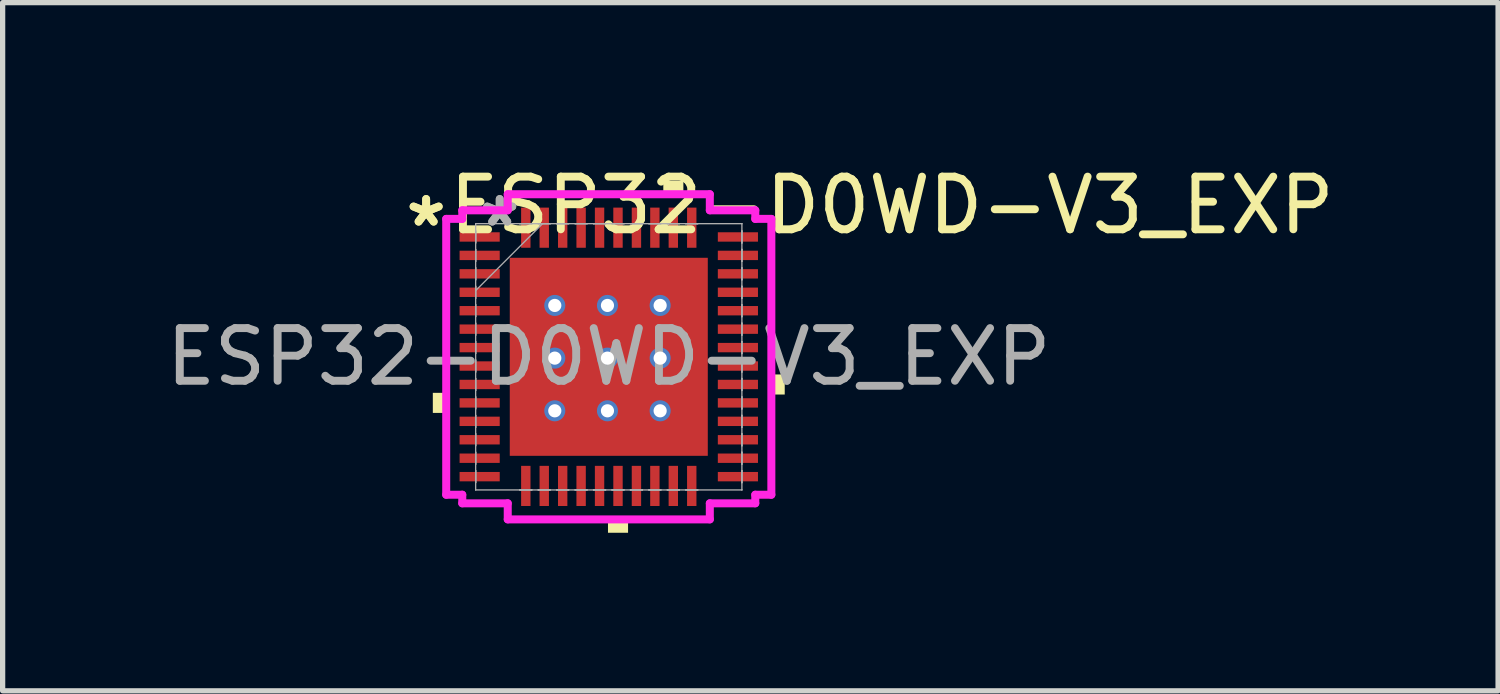
<source format=kicad_pcb>
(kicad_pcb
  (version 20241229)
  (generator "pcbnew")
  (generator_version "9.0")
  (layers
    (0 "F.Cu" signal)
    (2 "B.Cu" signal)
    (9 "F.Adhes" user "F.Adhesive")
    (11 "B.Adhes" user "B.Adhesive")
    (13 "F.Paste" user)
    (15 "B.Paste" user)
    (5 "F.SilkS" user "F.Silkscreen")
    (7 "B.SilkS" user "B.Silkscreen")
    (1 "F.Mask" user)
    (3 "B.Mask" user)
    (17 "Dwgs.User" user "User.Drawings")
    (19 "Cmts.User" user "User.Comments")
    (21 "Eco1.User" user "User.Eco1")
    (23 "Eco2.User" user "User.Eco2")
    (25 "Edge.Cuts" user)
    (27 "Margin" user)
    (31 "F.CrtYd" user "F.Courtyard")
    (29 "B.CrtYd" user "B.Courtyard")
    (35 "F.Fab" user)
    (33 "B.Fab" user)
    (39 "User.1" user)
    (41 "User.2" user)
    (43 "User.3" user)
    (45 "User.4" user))
  (footprint "ESP32-D0WD-V3_EXP"
    (layer "F.Cu")
    (at 8.506 3.723)
    (property "Reference" "ESP32-D0WD-V3_EXP" (at 5.375 -2.875 0) (unlocked yes) (layer "F.SilkS") (effects (font (size 1 1) (thickness 0.15))))
    (attr smd)
    (fp_poly (pts (xy -3.34 0.684) (xy -3.34 1.065) (xy -3.086 1.065) (xy -3.086 0.684)) (stroke (width 0) (type solid)) (fill yes) (layer "F.SilkS"))
    (fp_poly (pts (xy -0.015 3.086) (xy -0.015 3.34) (xy 0.366 3.34) (xy 0.366 3.086)) (stroke (width 0) (type solid)) (fill yes) (layer "F.SilkS"))
    (fp_poly (pts (xy 1.035 -3.086) (xy 1.035 -3.34) (xy 1.416 -3.34) (xy 1.416 -3.086)) (stroke (width 0) (type solid)) (fill yes) (layer "F.SilkS"))
    (fp_poly (pts (xy 3.34 0.335) (xy 3.34 0.716) (xy 3.086 0.716) (xy 3.086 0.335)) (stroke (width 0) (type solid)) (fill yes) (layer "F.SilkS"))
    (fp_poly (pts (xy -1.875 -1.875) (xy -1.125 -1.875) (xy -1.125 -1.125) (xy -1.875 -1.125)) (stroke (width 0) (type solid)) (fill yes) (layer "F.Paste"))
    (fp_poly (pts (xy -1.875 -0.875) (xy -1.125 -0.875) (xy -1.125 -0.125) (xy -1.875 -0.125)) (stroke (width 0) (type solid)) (fill yes) (layer "F.Paste"))
    (fp_poly (pts (xy -1.875 0.125) (xy -1.125 0.125) (xy -1.125 0.875) (xy -1.875 0.875)) (stroke (width 0) (type solid)) (fill yes) (layer "F.Paste"))
    (fp_poly (pts (xy -1.875 1.125) (xy -1.125 1.125) (xy -1.125 1.875) (xy -1.875 1.875)) (stroke (width 0) (type solid)) (fill yes) (layer "F.Paste"))
    (fp_poly (pts (xy -0.875 -1.875) (xy -0.125 -1.875) (xy -0.125 -1.125) (xy -0.875 -1.125)) (stroke (width 0) (type solid)) (fill yes) (layer "F.Paste"))
    (fp_poly (pts (xy -0.875 -0.875) (xy -0.125 -0.875) (xy -0.125 -0.125) (xy -0.875 -0.125)) (stroke (width 0) (type solid)) (fill yes) (layer "F.Paste"))
    (fp_poly (pts (xy -0.875 0.125) (xy -0.125 0.125) (xy -0.125 0.875) (xy -0.875 0.875)) (stroke (width 0) (type solid)) (fill yes) (layer "F.Paste"))
    (fp_poly (pts (xy -0.875 1.125) (xy -0.125 1.125) (xy -0.125 1.875) (xy -0.875 1.875)) (stroke (width 0) (type solid)) (fill yes) (layer "F.Paste"))
    (fp_poly (pts (xy 0.125 -1.875) (xy 0.875 -1.875) (xy 0.875 -1.125) (xy 0.125 -1.125)) (stroke (width 0) (type solid)) (fill yes) (layer "F.Paste"))
    (fp_poly (pts (xy 0.125 -0.875) (xy 0.875 -0.875) (xy 0.875 -0.125) (xy 0.125 -0.125)) (stroke (width 0) (type solid)) (fill yes) (layer "F.Paste"))
    (fp_poly (pts (xy 0.125 0.125) (xy 0.875 0.125) (xy 0.875 0.875) (xy 0.125 0.875)) (stroke (width 0) (type solid)) (fill yes) (layer "F.Paste"))
    (fp_poly (pts (xy 0.125 1.125) (xy 0.875 1.125) (xy 0.875 1.875) (xy 0.125 1.875)) (stroke (width 0) (type solid)) (fill yes) (layer "F.Paste"))
    (fp_poly (pts (xy 1.125 -1.875) (xy 1.875 -1.875) (xy 1.875 -1.125) (xy 1.125 -1.125)) (stroke (width 0) (type solid)) (fill yes) (layer "F.Paste"))
    (fp_poly (pts (xy 1.125 -0.875) (xy 1.875 -0.875) (xy 1.875 -0.125) (xy 1.125 -0.125)) (stroke (width 0) (type solid)) (fill yes) (layer "F.Paste"))
    (fp_poly (pts (xy 1.125 0.125) (xy 1.875 0.125) (xy 1.875 0.875) (xy 1.125 0.875)) (stroke (width 0) (type solid)) (fill yes) (layer "F.Paste"))
    (fp_poly (pts (xy 1.125 1.125) (xy 1.875 1.125) (xy 1.875 1.875) (xy 1.125 1.875)) (stroke (width 0) (type solid)) (fill yes) (layer "F.Paste"))
    (fp_line (start -3.086 -2.618) (end -2.781 -2.618) (stroke (width 0.152) (type solid)) (layer "F.CrtYd"))
    (fp_line (start -3.086 2.618) (end -3.086 -2.618) (stroke (width 0.152) (type solid)) (layer "F.CrtYd"))
    (fp_line (start -2.781 -2.781) (end -1.918 -2.781) (stroke (width 0.152) (type solid)) (layer "F.CrtYd"))
    (fp_line (start -2.781 -2.618) (end -2.781 -2.781) (stroke (width 0.152) (type solid)) (layer "F.CrtYd"))
    (fp_line (start -2.781 2.618) (end -3.086 2.618) (stroke (width 0.152) (type solid)) (layer "F.CrtYd"))
    (fp_line (start -2.781 2.781) (end -2.781 2.618) (stroke (width 0.152) (type solid)) (layer "F.CrtYd"))
    (fp_line (start -1.918 -3.086) (end 1.918 -3.086) (stroke (width 0.152) (type solid)) (layer "F.CrtYd"))
    (fp_line (start -1.918 -2.781) (end -1.918 -3.086) (stroke (width 0.152) (type solid)) (layer "F.CrtYd"))
    (fp_line (start -1.918 2.781) (end -2.781 2.781) (stroke (width 0.152) (type solid)) (layer "F.CrtYd"))
    (fp_line (start -1.918 3.086) (end -1.918 2.781) (stroke (width 0.152) (type solid)) (layer "F.CrtYd"))
    (fp_line (start 1.918 -3.086) (end 1.918 -2.781) (stroke (width 0.152) (type solid)) (layer "F.CrtYd"))
    (fp_line (start 1.918 -2.781) (end 2.781 -2.781) (stroke (width 0.152) (type solid)) (layer "F.CrtYd"))
    (fp_line (start 1.918 2.781) (end 1.918 3.086) (stroke (width 0.152) (type solid)) (layer "F.CrtYd"))
    (fp_line (start 1.918 3.086) (end -1.918 3.086) (stroke (width 0.152) (type solid)) (layer "F.CrtYd"))
    (fp_line (start 2.781 -2.781) (end 2.781 -2.618) (stroke (width 0.152) (type solid)) (layer "F.CrtYd"))
    (fp_line (start 2.781 -2.618) (end 3.086 -2.618) (stroke (width 0.152) (type solid)) (layer "F.CrtYd"))
    (fp_line (start 2.781 2.618) (end 2.781 2.781) (stroke (width 0.152) (type solid)) (layer "F.CrtYd"))
    (fp_line (start 2.781 2.781) (end 1.918 2.781) (stroke (width 0.152) (type solid)) (layer "F.CrtYd"))
    (fp_line (start 3.086 -2.618) (end 3.086 2.618) (stroke (width 0.152) (type solid)) (layer "F.CrtYd"))
    (fp_line (start 3.086 2.618) (end 2.781 2.618) (stroke (width 0.152) (type solid)) (layer "F.CrtYd"))
    (fp_line (start -2.527 -2.527) (end -2.527 -2.527) (stroke (width 0.025) (type solid)) (layer "F.Fab"))
    (fp_line (start -2.527 -2.527) (end -2.527 2.527) (stroke (width 0.025) (type solid)) (layer "F.Fab"))
    (fp_line (start -2.527 -2.389) (end -2.527 -2.389) (stroke (width 0.025) (type solid)) (layer "F.Fab"))
    (fp_line (start -2.527 -2.389) (end -2.527 -2.161) (stroke (width 0.025) (type solid)) (layer "F.Fab"))
    (fp_line (start -2.527 -2.161) (end -2.527 -2.389) (stroke (width 0.025) (type solid)) (layer "F.Fab"))
    (fp_line (start -2.527 -2.161) (end -2.527 -2.161) (stroke (width 0.025) (type solid)) (layer "F.Fab"))
    (fp_line (start -2.527 -2.039) (end -2.527 -2.039) (stroke (width 0.025) (type solid)) (layer "F.Fab"))
    (fp_line (start -2.527 -2.039) (end -2.527 -1.811) (stroke (width 0.025) (type solid)) (layer "F.Fab"))
    (fp_line (start -2.527 -1.811) (end -2.527 -2.039) (stroke (width 0.025) (type solid)) (layer "F.Fab"))
    (fp_line (start -2.527 -1.811) (end -2.527 -1.811) (stroke (width 0.025) (type solid)) (layer "F.Fab"))
    (fp_line (start -2.527 -1.689) (end -2.527 -1.689) (stroke (width 0.025) (type solid)) (layer "F.Fab"))
    (fp_line (start -2.527 -1.689) (end -2.527 -1.461) (stroke (width 0.025) (type solid)) (layer "F.Fab"))
    (fp_line (start -2.527 -1.461) (end -2.527 -1.689) (stroke (width 0.025) (type solid)) (layer "F.Fab"))
    (fp_line (start -2.527 -1.461) (end -2.527 -1.461) (stroke (width 0.025) (type solid)) (layer "F.Fab"))
    (fp_line (start -2.527 -1.339) (end -2.527 -1.339) (stroke (width 0.025) (type solid)) (layer "F.Fab"))
    (fp_line (start -2.527 -1.339) (end -2.527 -1.111) (stroke (width 0.025) (type solid)) (layer "F.Fab"))
    (fp_line (start -2.527 -1.257) (end -1.257 -2.527) (stroke (width 0.025) (type solid)) (layer "F.Fab"))
    (fp_line (start -2.527 -1.111) (end -2.527 -1.339) (stroke (width 0.025) (type solid)) (layer "F.Fab"))
    (fp_line (start -2.527 -1.111) (end -2.527 -1.111) (stroke (width 0.025) (type solid)) (layer "F.Fab"))
    (fp_line (start -2.527 -0.989) (end -2.527 -0.989) (stroke (width 0.025) (type solid)) (layer "F.Fab"))
    (fp_line (start -2.527 -0.989) (end -2.527 -0.761) (stroke (width 0.025) (type solid)) (layer "F.Fab"))
    (fp_line (start -2.527 -0.761) (end -2.527 -0.989) (stroke (width 0.025) (type solid)) (layer "F.Fab"))
    (fp_line (start -2.527 -0.761) (end -2.527 -0.761) (stroke (width 0.025) (type solid)) (layer "F.Fab"))
    (fp_line (start -2.527 -0.639) (end -2.527 -0.639) (stroke (width 0.025) (type solid)) (layer "F.Fab"))
    (fp_line (start -2.527 -0.639) (end -2.527 -0.411) (stroke (width 0.025) (type solid)) (layer "F.Fab"))
    (fp_line (start -2.527 -0.411) (end -2.527 -0.639) (stroke (width 0.025) (type solid)) (layer "F.Fab"))
    (fp_line (start -2.527 -0.411) (end -2.527 -0.411) (stroke (width 0.025) (type solid)) (layer "F.Fab"))
    (fp_line (start -2.527 -0.289) (end -2.527 -0.289) (stroke (width 0.025) (type solid)) (layer "F.Fab"))
    (fp_line (start -2.527 -0.289) (end -2.527 -0.061) (stroke (width 0.025) (type solid)) (layer "F.Fab"))
    (fp_line (start -2.527 -0.061) (end -2.527 -0.289) (stroke (width 0.025) (type solid)) (layer "F.Fab"))
    (fp_line (start -2.527 -0.061) (end -2.527 -0.061) (stroke (width 0.025) (type solid)) (layer "F.Fab"))
    (fp_line (start -2.527 0.061) (end -2.527 0.061) (stroke (width 0.025) (type solid)) (layer "F.Fab"))
    (fp_line (start -2.527 0.061) (end -2.527 0.289) (stroke (width 0.025) (type solid)) (layer "F.Fab"))
    (fp_line (start -2.527 0.289) (end -2.527 0.061) (stroke (width 0.025) (type solid)) (layer "F.Fab"))
    (fp_line (start -2.527 0.289) (end -2.527 0.289) (stroke (width 0.025) (type solid)) (layer "F.Fab"))
    (fp_line (start -2.527 0.411) (end -2.527 0.411) (stroke (width 0.025) (type solid)) (layer "F.Fab"))
    (fp_line (start -2.527 0.411) (end -2.527 0.639) (stroke (width 0.025) (type solid)) (layer "F.Fab"))
    (fp_line (start -2.527 0.639) (end -2.527 0.411) (stroke (width 0.025) (type solid)) (layer "F.Fab"))
    (fp_line (start -2.527 0.639) (end -2.527 0.639) (stroke (width 0.025) (type solid)) (layer "F.Fab"))
    (fp_line (start -2.527 0.761) (end -2.527 0.761) (stroke (width 0.025) (type solid)) (layer "F.Fab"))
    (fp_line (start -2.527 0.761) (end -2.527 0.989) (stroke (width 0.025) (type solid)) (layer "F.Fab"))
    (fp_line (start -2.527 0.989) (end -2.527 0.761) (stroke (width 0.025) (type solid)) (layer "F.Fab"))
    (fp_line (start -2.527 0.989) (end -2.527 0.989) (stroke (width 0.025) (type solid)) (layer "F.Fab"))
    (fp_line (start -2.527 1.111) (end -2.527 1.111) (stroke (width 0.025) (type solid)) (layer "F.Fab"))
    (fp_line (start -2.527 1.111) (end -2.527 1.339) (stroke (width 0.025) (type solid)) (layer "F.Fab"))
    (fp_line (start -2.527 1.339) (end -2.527 1.111) (stroke (width 0.025) (type solid)) (layer "F.Fab"))
    (fp_line (start -2.527 1.339) (end -2.527 1.339) (stroke (width 0.025) (type solid)) (layer "F.Fab"))
    (fp_line (start -2.527 1.461) (end -2.527 1.461) (stroke (width 0.025) (type solid)) (layer "F.Fab"))
    (fp_line (start -2.527 1.461) (end -2.527 1.689) (stroke (width 0.025) (type solid)) (layer "F.Fab"))
    (fp_line (start -2.527 1.689) (end -2.527 1.461) (stroke (width 0.025) (type solid)) (layer "F.Fab"))
    (fp_line (start -2.527 1.689) (end -2.527 1.689) (stroke (width 0.025) (type solid)) (layer "F.Fab"))
    (fp_line (start -2.527 1.811) (end -2.527 1.811) (stroke (width 0.025) (type solid)) (layer "F.Fab"))
    (fp_line (start -2.527 1.811) (end -2.527 2.039) (stroke (width 0.025) (type solid)) (layer "F.Fab"))
    (fp_line (start -2.527 2.039) (end -2.527 1.811) (stroke (width 0.025) (type solid)) (layer "F.Fab"))
    (fp_line (start -2.527 2.039) (end -2.527 2.039) (stroke (width 0.025) (type solid)) (layer "F.Fab"))
    (fp_line (start -2.527 2.161) (end -2.527 2.161) (stroke (width 0.025) (type solid)) (layer "F.Fab"))
    (fp_line (start -2.527 2.161) (end -2.527 2.389) (stroke (width 0.025) (type solid)) (layer "F.Fab"))
    (fp_line (start -2.527 2.389) (end -2.527 2.161) (stroke (width 0.025) (type solid)) (layer "F.Fab"))
    (fp_line (start -2.527 2.389) (end -2.527 2.389) (stroke (width 0.025) (type solid)) (layer "F.Fab"))
    (fp_line (start -2.527 2.527) (end -2.527 2.527) (stroke (width 0.025) (type solid)) (layer "F.Fab"))
    (fp_line (start -2.527 2.527) (end 2.527 2.527) (stroke (width 0.025) (type solid)) (layer "F.Fab"))
    (fp_line (start -1.689 -2.527) (end -1.689 -2.527) (stroke (width 0.025) (type solid)) (layer "F.Fab"))
    (fp_line (start -1.689 -2.527) (end -1.461 -2.527) (stroke (width 0.025) (type solid)) (layer "F.Fab"))
    (fp_line (start -1.689 2.527) (end -1.689 2.527) (stroke (width 0.025) (type solid)) (layer "F.Fab"))
    (fp_line (start -1.689 2.527) (end -1.461 2.527) (stroke (width 0.025) (type solid)) (layer "F.Fab"))
    (fp_line (start -1.461 -2.527) (end -1.689 -2.527) (stroke (width 0.025) (type solid)) (layer "F.Fab"))
    (fp_line (start -1.461 -2.527) (end -1.461 -2.527) (stroke (width 0.025) (type solid)) (layer "F.Fab"))
    (fp_line (start -1.461 2.527) (end -1.689 2.527) (stroke (width 0.025) (type solid)) (layer "F.Fab"))
    (fp_line (start -1.461 2.527) (end -1.461 2.527) (stroke (width 0.025) (type solid)) (layer "F.Fab"))
    (fp_line (start -1.339 -2.527) (end -1.339 -2.527) (stroke (width 0.025) (type solid)) (layer "F.Fab"))
    (fp_line (start -1.339 -2.527) (end -1.111 -2.527) (stroke (width 0.025) (type solid)) (layer "F.Fab"))
    (fp_line (start -1.339 2.527) (end -1.339 2.527) (stroke (width 0.025) (type solid)) (layer "F.Fab"))
    (fp_line (start -1.339 2.527) (end -1.111 2.527) (stroke (width 0.025) (type solid)) (layer "F.Fab"))
    (fp_line (start -1.111 -2.527) (end -1.339 -2.527) (stroke (width 0.025) (type solid)) (layer "F.Fab"))
    (fp_line (start -1.111 -2.527) (end -1.111 -2.527) (stroke (width 0.025) (type solid)) (layer "F.Fab"))
    (fp_line (start -1.111 2.527) (end -1.339 2.527) (stroke (width 0.025) (type solid)) (layer "F.Fab"))
    (fp_line (start -1.111 2.527) (end -1.111 2.527) (stroke (width 0.025) (type solid)) (layer "F.Fab"))
    (fp_line (start -0.989 -2.527) (end -0.989 -2.527) (stroke (width 0.025) (type solid)) (layer "F.Fab"))
    (fp_line (start -0.989 -2.527) (end -0.761 -2.527) (stroke (width 0.025) (type solid)) (layer "F.Fab"))
    (fp_line (start -0.989 2.527) (end -0.989 2.527) (stroke (width 0.025) (type solid)) (layer "F.Fab"))
    (fp_line (start -0.989 2.527) (end -0.761 2.527) (stroke (width 0.025) (type solid)) (layer "F.Fab"))
    (fp_line (start -0.761 -2.527) (end -0.989 -2.527) (stroke (width 0.025) (type solid)) (layer "F.Fab"))
    (fp_line (start -0.761 -2.527) (end -0.761 -2.527) (stroke (width 0.025) (type solid)) (layer "F.Fab"))
    (fp_line (start -0.761 2.527) (end -0.989 2.527) (stroke (width 0.025) (type solid)) (layer "F.Fab"))
    (fp_line (start -0.761 2.527) (end -0.761 2.527) (stroke (width 0.025) (type solid)) (layer "F.Fab"))
    (fp_line (start -0.639 -2.527) (end -0.639 -2.527) (stroke (width 0.025) (type solid)) (layer "F.Fab"))
    (fp_line (start -0.639 -2.527) (end -0.411 -2.527) (stroke (width 0.025) (type solid)) (layer "F.Fab"))
    (fp_line (start -0.639 2.527) (end -0.639 2.527) (stroke (width 0.025) (type solid)) (layer "F.Fab"))
    (fp_line (start -0.639 2.527) (end -0.411 2.527) (stroke (width 0.025) (type solid)) (layer "F.Fab"))
    (fp_line (start -0.411 -2.527) (end -0.639 -2.527) (stroke (width 0.025) (type solid)) (layer "F.Fab"))
    (fp_line (start -0.411 -2.527) (end -0.411 -2.527) (stroke (width 0.025) (type solid)) (layer "F.Fab"))
    (fp_line (start -0.411 2.527) (end -0.639 2.527) (stroke (width 0.025) (type solid)) (layer "F.Fab"))
    (fp_line (start -0.411 2.527) (end -0.411 2.527) (stroke (width 0.025) (type solid)) (layer "F.Fab"))
    (fp_line (start -0.289 -2.527) (end -0.289 -2.527) (stroke (width 0.025) (type solid)) (layer "F.Fab"))
    (fp_line (start -0.289 -2.527) (end -0.061 -2.527) (stroke (width 0.025) (type solid)) (layer "F.Fab"))
    (fp_line (start -0.289 2.527) (end -0.289 2.527) (stroke (width 0.025) (type solid)) (layer "F.Fab"))
    (fp_line (start -0.289 2.527) (end -0.061 2.527) (stroke (width 0.025) (type solid)) (layer "F.Fab"))
    (fp_line (start -0.061 -2.527) (end -0.289 -2.527) (stroke (width 0.025) (type solid)) (layer "F.Fab"))
    (fp_line (start -0.061 -2.527) (end -0.061 -2.527) (stroke (width 0.025) (type solid)) (layer "F.Fab"))
    (fp_line (start -0.061 2.527) (end -0.289 2.527) (stroke (width 0.025) (type solid)) (layer "F.Fab"))
    (fp_line (start -0.061 2.527) (end -0.061 2.527) (stroke (width 0.025) (type solid)) (layer "F.Fab"))
    (fp_line (start 0.061 -2.527) (end 0.061 -2.527) (stroke (width 0.025) (type solid)) (layer "F.Fab"))
    (fp_line (start 0.061 -2.527) (end 0.289 -2.527) (stroke (width 0.025) (type solid)) (layer "F.Fab"))
    (fp_line (start 0.061 2.527) (end 0.061 2.527) (stroke (width 0.025) (type solid)) (layer "F.Fab"))
    (fp_line (start 0.061 2.527) (end 0.289 2.527) (stroke (width 0.025) (type solid)) (layer "F.Fab"))
    (fp_line (start 0.289 -2.527) (end 0.061 -2.527) (stroke (width 0.025) (type solid)) (layer "F.Fab"))
    (fp_line (start 0.289 -2.527) (end 0.289 -2.527) (stroke (width 0.025) (type solid)) (layer "F.Fab"))
    (fp_line (start 0.289 2.527) (end 0.061 2.527) (stroke (width 0.025) (type solid)) (layer "F.Fab"))
    (fp_line (start 0.289 2.527) (end 0.289 2.527) (stroke (width 0.025) (type solid)) (layer "F.Fab"))
    (fp_line (start 0.411 -2.527) (end 0.411 -2.527) (stroke (width 0.025) (type solid)) (layer "F.Fab"))
    (fp_line (start 0.411 -2.527) (end 0.639 -2.527) (stroke (width 0.025) (type solid)) (layer "F.Fab"))
    (fp_line (start 0.411 2.527) (end 0.411 2.527) (stroke (width 0.025) (type solid)) (layer "F.Fab"))
    (fp_line (start 0.411 2.527) (end 0.639 2.527) (stroke (width 0.025) (type solid)) (layer "F.Fab"))
    (fp_line (start 0.639 -2.527) (end 0.411 -2.527) (stroke (width 0.025) (type solid)) (layer "F.Fab"))
    (fp_line (start 0.639 -2.527) (end 0.639 -2.527) (stroke (width 0.025) (type solid)) (layer "F.Fab"))
    (fp_line (start 0.639 2.527) (end 0.411 2.527) (stroke (width 0.025) (type solid)) (layer "F.Fab"))
    (fp_line (start 0.639 2.527) (end 0.639 2.527) (stroke (width 0.025) (type solid)) (layer "F.Fab"))
    (fp_line (start 0.761 -2.527) (end 0.761 -2.527) (stroke (width 0.025) (type solid)) (layer "F.Fab"))
    (fp_line (start 0.761 -2.527) (end 0.989 -2.527) (stroke (width 0.025) (type solid)) (layer "F.Fab"))
    (fp_line (start 0.761 2.527) (end 0.761 2.527) (stroke (width 0.025) (type solid)) (layer "F.Fab"))
    (fp_line (start 0.761 2.527) (end 0.989 2.527) (stroke (width 0.025) (type solid)) (layer "F.Fab"))
    (fp_line (start 0.989 -2.527) (end 0.761 -2.527) (stroke (width 0.025) (type solid)) (layer "F.Fab"))
    (fp_line (start 0.989 -2.527) (end 0.989 -2.527) (stroke (width 0.025) (type solid)) (layer "F.Fab"))
    (fp_line (start 0.989 2.527) (end 0.761 2.527) (stroke (width 0.025) (type solid)) (layer "F.Fab"))
    (fp_line (start 0.989 2.527) (end 0.989 2.527) (stroke (width 0.025) (type solid)) (layer "F.Fab"))
    (fp_line (start 1.111 -2.527) (end 1.111 -2.527) (stroke (width 0.025) (type solid)) (layer "F.Fab"))
    (fp_line (start 1.111 -2.527) (end 1.339 -2.527) (stroke (width 0.025) (type solid)) (layer "F.Fab"))
    (fp_line (start 1.111 2.527) (end 1.111 2.527) (stroke (width 0.025) (type solid)) (layer "F.Fab"))
    (fp_line (start 1.111 2.527) (end 1.339 2.527) (stroke (width 0.025) (type solid)) (layer "F.Fab"))
    (fp_line (start 1.339 -2.527) (end 1.111 -2.527) (stroke (width 0.025) (type solid)) (layer "F.Fab"))
    (fp_line (start 1.339 -2.527) (end 1.339 -2.527) (stroke (width 0.025) (type solid)) (layer "F.Fab"))
    (fp_line (start 1.339 2.527) (end 1.111 2.527) (stroke (width 0.025) (type solid)) (layer "F.Fab"))
    (fp_line (start 1.339 2.527) (end 1.339 2.527) (stroke (width 0.025) (type solid)) (layer "F.Fab"))
    (fp_line (start 1.461 -2.527) (end 1.461 -2.527) (stroke (width 0.025) (type solid)) (layer "F.Fab"))
    (fp_line (start 1.461 -2.527) (end 1.689 -2.527) (stroke (width 0.025) (type solid)) (layer "F.Fab"))
    (fp_line (start 1.461 2.527) (end 1.461 2.527) (stroke (width 0.025) (type solid)) (layer "F.Fab"))
    (fp_line (start 1.461 2.527) (end 1.689 2.527) (stroke (width 0.025) (type solid)) (layer "F.Fab"))
    (fp_line (start 1.689 -2.527) (end 1.461 -2.527) (stroke (width 0.025) (type solid)) (layer "F.Fab"))
    (fp_line (start 1.689 -2.527) (end 1.689 -2.527) (stroke (width 0.025) (type solid)) (layer "F.Fab"))
    (fp_line (start 1.689 2.527) (end 1.461 2.527) (stroke (width 0.025) (type solid)) (layer "F.Fab"))
    (fp_line (start 1.689 2.527) (end 1.689 2.527) (stroke (width 0.025) (type solid)) (layer "F.Fab"))
    (fp_line (start 2.527 -2.527) (end -2.527 -2.527) (stroke (width 0.025) (type solid)) (layer "F.Fab"))
    (fp_line (start 2.527 -2.527) (end 2.527 -2.527) (stroke (width 0.025) (type solid)) (layer "F.Fab"))
    (fp_line (start 2.527 -2.389) (end 2.527 -2.389) (stroke (width 0.025) (type solid)) (layer "F.Fab"))
    (fp_line (start 2.527 -2.389) (end 2.527 -2.161) (stroke (width 0.025) (type solid)) (layer "F.Fab"))
    (fp_line (start 2.527 -2.161) (end 2.527 -2.389) (stroke (width 0.025) (type solid)) (layer "F.Fab"))
    (fp_line (start 2.527 -2.161) (end 2.527 -2.161) (stroke (width 0.025) (type solid)) (layer "F.Fab"))
    (fp_line (start 2.527 -2.039) (end 2.527 -2.039) (stroke (width 0.025) (type solid)) (layer "F.Fab"))
    (fp_line (start 2.527 -2.039) (end 2.527 -1.811) (stroke (width 0.025) (type solid)) (layer "F.Fab"))
    (fp_line (start 2.527 -1.811) (end 2.527 -2.039) (stroke (width 0.025) (type solid)) (layer "F.Fab"))
    (fp_line (start 2.527 -1.811) (end 2.527 -1.811) (stroke (width 0.025) (type solid)) (layer "F.Fab"))
    (fp_line (start 2.527 -1.689) (end 2.527 -1.689) (stroke (width 0.025) (type solid)) (layer "F.Fab"))
    (fp_line (start 2.527 -1.689) (end 2.527 -1.461) (stroke (width 0.025) (type solid)) (layer "F.Fab"))
    (fp_line (start 2.527 -1.461) (end 2.527 -1.689) (stroke (width 0.025) (type solid)) (layer "F.Fab"))
    (fp_line (start 2.527 -1.461) (end 2.527 -1.461) (stroke (width 0.025) (type solid)) (layer "F.Fab"))
    (fp_line (start 2.527 -1.339) (end 2.527 -1.339) (stroke (width 0.025) (type solid)) (layer "F.Fab"))
    (fp_line (start 2.527 -1.339) (end 2.527 -1.111) (stroke (width 0.025) (type solid)) (layer "F.Fab"))
    (fp_line (start 2.527 -1.111) (end 2.527 -1.339) (stroke (width 0.025) (type solid)) (layer "F.Fab"))
    (fp_line (start 2.527 -1.111) (end 2.527 -1.111) (stroke (width 0.025) (type solid)) (layer "F.Fab"))
    (fp_line (start 2.527 -0.989) (end 2.527 -0.989) (stroke (width 0.025) (type solid)) (layer "F.Fab"))
    (fp_line (start 2.527 -0.989) (end 2.527 -0.761) (stroke (width 0.025) (type solid)) (layer "F.Fab"))
    (fp_line (start 2.527 -0.761) (end 2.527 -0.989) (stroke (width 0.025) (type solid)) (layer "F.Fab"))
    (fp_line (start 2.527 -0.761) (end 2.527 -0.761) (stroke (width 0.025) (type solid)) (layer "F.Fab"))
    (fp_line (start 2.527 -0.639) (end 2.527 -0.639) (stroke (width 0.025) (type solid)) (layer "F.Fab"))
    (fp_line (start 2.527 -0.639) (end 2.527 -0.411) (stroke (width 0.025) (type solid)) (layer "F.Fab"))
    (fp_line (start 2.527 -0.411) (end 2.527 -0.639) (stroke (width 0.025) (type solid)) (layer "F.Fab"))
    (fp_line (start 2.527 -0.411) (end 2.527 -0.411) (stroke (width 0.025) (type solid)) (layer "F.Fab"))
    (fp_line (start 2.527 -0.289) (end 2.527 -0.289) (stroke (width 0.025) (type solid)) (layer "F.Fab"))
    (fp_line (start 2.527 -0.289) (end 2.527 -0.061) (stroke (width 0.025) (type solid)) (layer "F.Fab"))
    (fp_line (start 2.527 -0.061) (end 2.527 -0.289) (stroke (width 0.025) (type solid)) (layer "F.Fab"))
    (fp_line (start 2.527 -0.061) (end 2.527 -0.061) (stroke (width 0.025) (type solid)) (layer "F.Fab"))
    (fp_line (start 2.527 0.061) (end 2.527 0.061) (stroke (width 0.025) (type solid)) (layer "F.Fab"))
    (fp_line (start 2.527 0.061) (end 2.527 0.289) (stroke (width 0.025) (type solid)) (layer "F.Fab"))
    (fp_line (start 2.527 0.289) (end 2.527 0.061) (stroke (width 0.025) (type solid)) (layer "F.Fab"))
    (fp_line (start 2.527 0.289) (end 2.527 0.289) (stroke (width 0.025) (type solid)) (layer "F.Fab"))
    (fp_line (start 2.527 0.411) (end 2.527 0.411) (stroke (width 0.025) (type solid)) (layer "F.Fab"))
    (fp_line (start 2.527 0.411) (end 2.527 0.639) (stroke (width 0.025) (type solid)) (layer "F.Fab"))
    (fp_line (start 2.527 0.639) (end 2.527 0.411) (stroke (width 0.025) (type solid)) (layer "F.Fab"))
    (fp_line (start 2.527 0.639) (end 2.527 0.639) (stroke (width 0.025) (type solid)) (layer "F.Fab"))
    (fp_line (start 2.527 0.761) (end 2.527 0.761) (stroke (width 0.025) (type solid)) (layer "F.Fab"))
    (fp_line (start 2.527 0.761) (end 2.527 0.989) (stroke (width 0.025) (type solid)) (layer "F.Fab"))
    (fp_line (start 2.527 0.989) (end 2.527 0.761) (stroke (width 0.025) (type solid)) (layer "F.Fab"))
    (fp_line (start 2.527 0.989) (end 2.527 0.989) (stroke (width 0.025) (type solid)) (layer "F.Fab"))
    (fp_line (start 2.527 1.111) (end 2.527 1.111) (stroke (width 0.025) (type solid)) (layer "F.Fab"))
    (fp_line (start 2.527 1.111) (end 2.527 1.339) (stroke (width 0.025) (type solid)) (layer "F.Fab"))
    (fp_line (start 2.527 1.339) (end 2.527 1.111) (stroke (width 0.025) (type solid)) (layer "F.Fab"))
    (fp_line (start 2.527 1.339) (end 2.527 1.339) (stroke (width 0.025) (type solid)) (layer "F.Fab"))
    (fp_line (start 2.527 1.461) (end 2.527 1.461) (stroke (width 0.025) (type solid)) (layer "F.Fab"))
    (fp_line (start 2.527 1.461) (end 2.527 1.689) (stroke (width 0.025) (type solid)) (layer "F.Fab"))
    (fp_line (start 2.527 1.689) (end 2.527 1.461) (stroke (width 0.025) (type solid)) (layer "F.Fab"))
    (fp_line (start 2.527 1.689) (end 2.527 1.689) (stroke (width 0.025) (type solid)) (layer "F.Fab"))
    (fp_line (start 2.527 1.811) (end 2.527 1.811) (stroke (width 0.025) (type solid)) (layer "F.Fab"))
    (fp_line (start 2.527 1.811) (end 2.527 2.039) (stroke (width 0.025) (type solid)) (layer "F.Fab"))
    (fp_line (start 2.527 2.039) (end 2.527 1.811) (stroke (width 0.025) (type solid)) (layer "F.Fab"))
    (fp_line (start 2.527 2.039) (end 2.527 2.039) (stroke (width 0.025) (type solid)) (layer "F.Fab"))
    (fp_line (start 2.527 2.161) (end 2.527 2.161) (stroke (width 0.025) (type solid)) (layer "F.Fab"))
    (fp_line (start 2.527 2.161) (end 2.527 2.389) (stroke (width 0.025) (type solid)) (layer "F.Fab"))
    (fp_line (start 2.527 2.389) (end 2.527 2.161) (stroke (width 0.025) (type solid)) (layer "F.Fab"))
    (fp_line (start 2.527 2.389) (end 2.527 2.389) (stroke (width 0.025) (type solid)) (layer "F.Fab"))
    (fp_line (start 2.527 2.527) (end 2.527 -2.527) (stroke (width 0.025) (type solid)) (layer "F.Fab"))
    (fp_line (start 2.527 2.527) (end 2.527 2.527) (stroke (width 0.025) (type solid)) (layer "F.Fab"))
    (fp_text user "*" (at -3.467 -2.45 0) (unlocked yes) (layer "F.SilkS") (effects (font (size 1 1) (thickness 0.15))))
    (fp_text user "*" (at -3.467 -2.45 0) (layer "F.SilkS") (effects (font (size 1 1) (thickness 0.15))))
    (fp_text user "${REFERENCE}" (at 0 0 0) (unlocked yes) (layer "F.Fab") (effects (font (size 1 1) (thickness 0.15))))
    (fp_text user "*" (at -2.07 -2.45 0) (layer "F.Fab") (effects (font (size 1 1) (thickness 0.15))))
    (fp_text user "*" (at -2.07 -2.45 0) (unlocked yes) (layer "F.Fab") (effects (font (size 1 1) (thickness 0.15))))
    (pad "1" smd rect (at -2.451 -2.275 90) (size 0.178 0.762) (layers "F.Cu" "F.Mask" "F.Paste"))
    (pad "2" smd rect (at -2.451 -1.925 90) (size 0.178 0.762) (layers "F.Cu" "F.Mask" "F.Paste"))
    (pad "3" smd rect (at -2.451 -1.575 90) (size 0.178 0.762) (layers "F.Cu" "F.Mask" "F.Paste"))
    (pad "4" smd rect (at -2.451 -1.225 90) (size 0.178 0.762) (layers "F.Cu" "F.Mask" "F.Paste"))
    (pad "5" smd rect (at -2.451 -0.875 90) (size 0.178 0.762) (layers "F.Cu" "F.Mask" "F.Paste"))
    (pad "6" smd rect (at -2.451 -0.525 90) (size 0.178 0.762) (layers "F.Cu" "F.Mask" "F.Paste"))
    (pad "7" smd rect (at -2.451 -0.175 90) (size 0.178 0.762) (layers "F.Cu" "F.Mask" "F.Paste"))
    (pad "8" smd rect (at -2.451 0.175 90) (size 0.178 0.762) (layers "F.Cu" "F.Mask" "F.Paste"))
    (pad "9" smd rect (at -2.451 0.525 90) (size 0.178 0.762) (layers "F.Cu" "F.Mask" "F.Paste"))
    (pad "10" smd rect (at -2.451 0.875 90) (size 0.178 0.762) (layers "F.Cu" "F.Mask" "F.Paste"))
    (pad "11" smd rect (at -2.451 1.225 90) (size 0.178 0.762) (layers "F.Cu" "F.Mask" "F.Paste"))
    (pad "12" smd rect (at -2.451 1.575 90) (size 0.178 0.762) (layers "F.Cu" "F.Mask" "F.Paste"))
    (pad "13" smd rect (at -2.451 1.925 90) (size 0.178 0.762) (layers "F.Cu" "F.Mask" "F.Paste"))
    (pad "14" smd rect (at -2.451 2.275 90) (size 0.178 0.762) (layers "F.Cu" "F.Mask" "F.Paste"))
    (pad "15" smd rect (at -1.575 2.451) (size 0.178 0.762) (layers "F.Cu" "F.Mask" "F.Paste"))
    (pad "16" smd rect (at -1.225 2.451) (size 0.178 0.762) (layers "F.Cu" "F.Mask" "F.Paste"))
    (pad "17" smd rect (at -0.875 2.451) (size 0.178 0.762) (layers "F.Cu" "F.Mask" "F.Paste"))
    (pad "18" smd rect (at -0.525 2.451) (size 0.178 0.762) (layers "F.Cu" "F.Mask" "F.Paste"))
    (pad "19" smd rect (at -0.175 2.451) (size 0.178 0.762) (layers "F.Cu" "F.Mask" "F.Paste"))
    (pad "20" smd rect (at 0.175 2.451) (size 0.178 0.762) (layers "F.Cu" "F.Mask" "F.Paste"))
    (pad "21" smd rect (at 0.525 2.451) (size 0.178 0.762) (layers "F.Cu" "F.Mask" "F.Paste"))
    (pad "22" smd rect (at 0.875 2.451) (size 0.178 0.762) (layers "F.Cu" "F.Mask" "F.Paste"))
    (pad "23" smd rect (at 1.225 2.451) (size 0.178 0.762) (layers "F.Cu" "F.Mask" "F.Paste"))
    (pad "24" smd rect (at 1.575 2.451) (size 0.178 0.762) (layers "F.Cu" "F.Mask" "F.Paste"))
    (pad "25" smd rect (at 2.451 2.275 90) (size 0.178 0.762) (layers "F.Cu" "F.Mask" "F.Paste"))
    (pad "26" smd rect (at 2.451 1.925 90) (size 0.178 0.762) (layers "F.Cu" "F.Mask" "F.Paste"))
    (pad "27" smd rect (at 2.451 1.575 90) (size 0.178 0.762) (layers "F.Cu" "F.Mask" "F.Paste"))
    (pad "28" smd rect (at 2.451 1.225 90) (size 0.178 0.762) (layers "F.Cu" "F.Mask" "F.Paste"))
    (pad "29" smd rect (at 2.451 0.875 90) (size 0.178 0.762) (layers "F.Cu" "F.Mask" "F.Paste"))
    (pad "30" smd rect (at 2.451 0.525 90) (size 0.178 0.762) (layers "F.Cu" "F.Mask" "F.Paste"))
    (pad "31" smd rect (at 2.451 0.175 90) (size 0.178 0.762) (layers "F.Cu" "F.Mask" "F.Paste"))
    (pad "32" smd rect (at 2.451 -0.175 90) (size 0.178 0.762) (layers "F.Cu" "F.Mask" "F.Paste"))
    (pad "33" smd rect (at 2.451 -0.525 90) (size 0.178 0.762) (layers "F.Cu" "F.Mask" "F.Paste"))
    (pad "34" smd rect (at 2.451 -0.875 90) (size 0.178 0.762) (layers "F.Cu" "F.Mask" "F.Paste"))
    (pad "35" smd rect (at 2.451 -1.225 90) (size 0.178 0.762) (layers "F.Cu" "F.Mask" "F.Paste"))
    (pad "36" smd rect (at 2.451 -1.575 90) (size 0.178 0.762) (layers "F.Cu" "F.Mask" "F.Paste"))
    (pad "37" smd rect (at 2.451 -1.925 90) (size 0.178 0.762) (layers "F.Cu" "F.Mask" "F.Paste"))
    (pad "38" smd rect (at 2.451 -2.275 90) (size 0.178 0.762) (layers "F.Cu" "F.Mask" "F.Paste"))
    (pad "39" smd rect (at 1.575 -2.451) (size 0.178 0.762) (layers "F.Cu" "F.Mask" "F.Paste"))
    (pad "40" smd rect (at 1.225 -2.451) (size 0.178 0.762) (layers "F.Cu" "F.Mask" "F.Paste"))
    (pad "41" smd rect (at 0.875 -2.451) (size 0.178 0.762) (layers "F.Cu" "F.Mask" "F.Paste"))
    (pad "42" smd rect (at 0.525 -2.451) (size 0.178 0.762) (layers "F.Cu" "F.Mask" "F.Paste"))
    (pad "43" smd rect (at 0.175 -2.451) (size 0.178 0.762) (layers "F.Cu" "F.Mask" "F.Paste"))
    (pad "44" smd rect (at -0.175 -2.451) (size 0.178 0.762) (layers "F.Cu" "F.Mask" "F.Paste"))
    (pad "45" smd rect (at -0.525 -2.451) (size 0.178 0.762) (layers "F.Cu" "F.Mask" "F.Paste"))
    (pad "46" smd rect (at -0.875 -2.451) (size 0.178 0.762) (layers "F.Cu" "F.Mask" "F.Paste"))
    (pad "47" smd rect (at -1.225 -2.451) (size 0.178 0.762) (layers "F.Cu" "F.Mask" "F.Paste"))
    (pad "48" smd rect (at -1.575 -2.451) (size 0.178 0.762) (layers "F.Cu" "F.Mask" "F.Paste"))
    (pad "49" thru_hole circle (at -1.025 -0.975) (size 0.4 0.4) (drill 0.25) (layers "*.Cu" "*.Mask"))
    (pad "49" thru_hole circle (at -1.025 0.025) (size 0.4 0.4) (drill 0.25) (layers "*.Cu" "*.Mask"))
    (pad "49" thru_hole circle (at -1.025 1.025) (size 0.4 0.4) (drill 0.25) (layers "*.Cu" "*.Mask"))
    (pad "49" thru_hole circle (at -0.025 -0.975) (size 0.4 0.4) (drill 0.25) (layers "*.Cu" "*.Mask"))
    (pad "49" thru_hole circle (at -0.025 0.025) (size 0.4 0.4) (drill 0.25) (layers "*.Cu" "*.Mask"))
    (pad "49" thru_hole circle (at -0.025 1.025) (size 0.4 0.4) (drill 0.25) (layers "*.Cu" "*.Mask"))
    (pad "49" smd rect (at 0 0) (size 3.759 3.759) (layers "F.Cu" "F.Mask"))
    (pad "49" thru_hole circle (at 0.975 -0.975) (size 0.4 0.4) (drill 0.25) (layers "*.Cu" "*.Mask"))
    (pad "49" thru_hole circle (at 0.975 0.025) (size 0.4 0.4) (drill 0.25) (layers "*.Cu" "*.Mask"))
    (pad "49" thru_hole circle (at 0.975 1.025) (size 0.4 0.4) (drill 0.25) (layers "*.Cu" "*.Mask")))
  (gr_rect
    (start -3 -3)
    (end 25.387 10.063)
    (stroke (width 0.1) (type default))
    (fill no)
    (layer "Edge.Cuts")))
</source>
